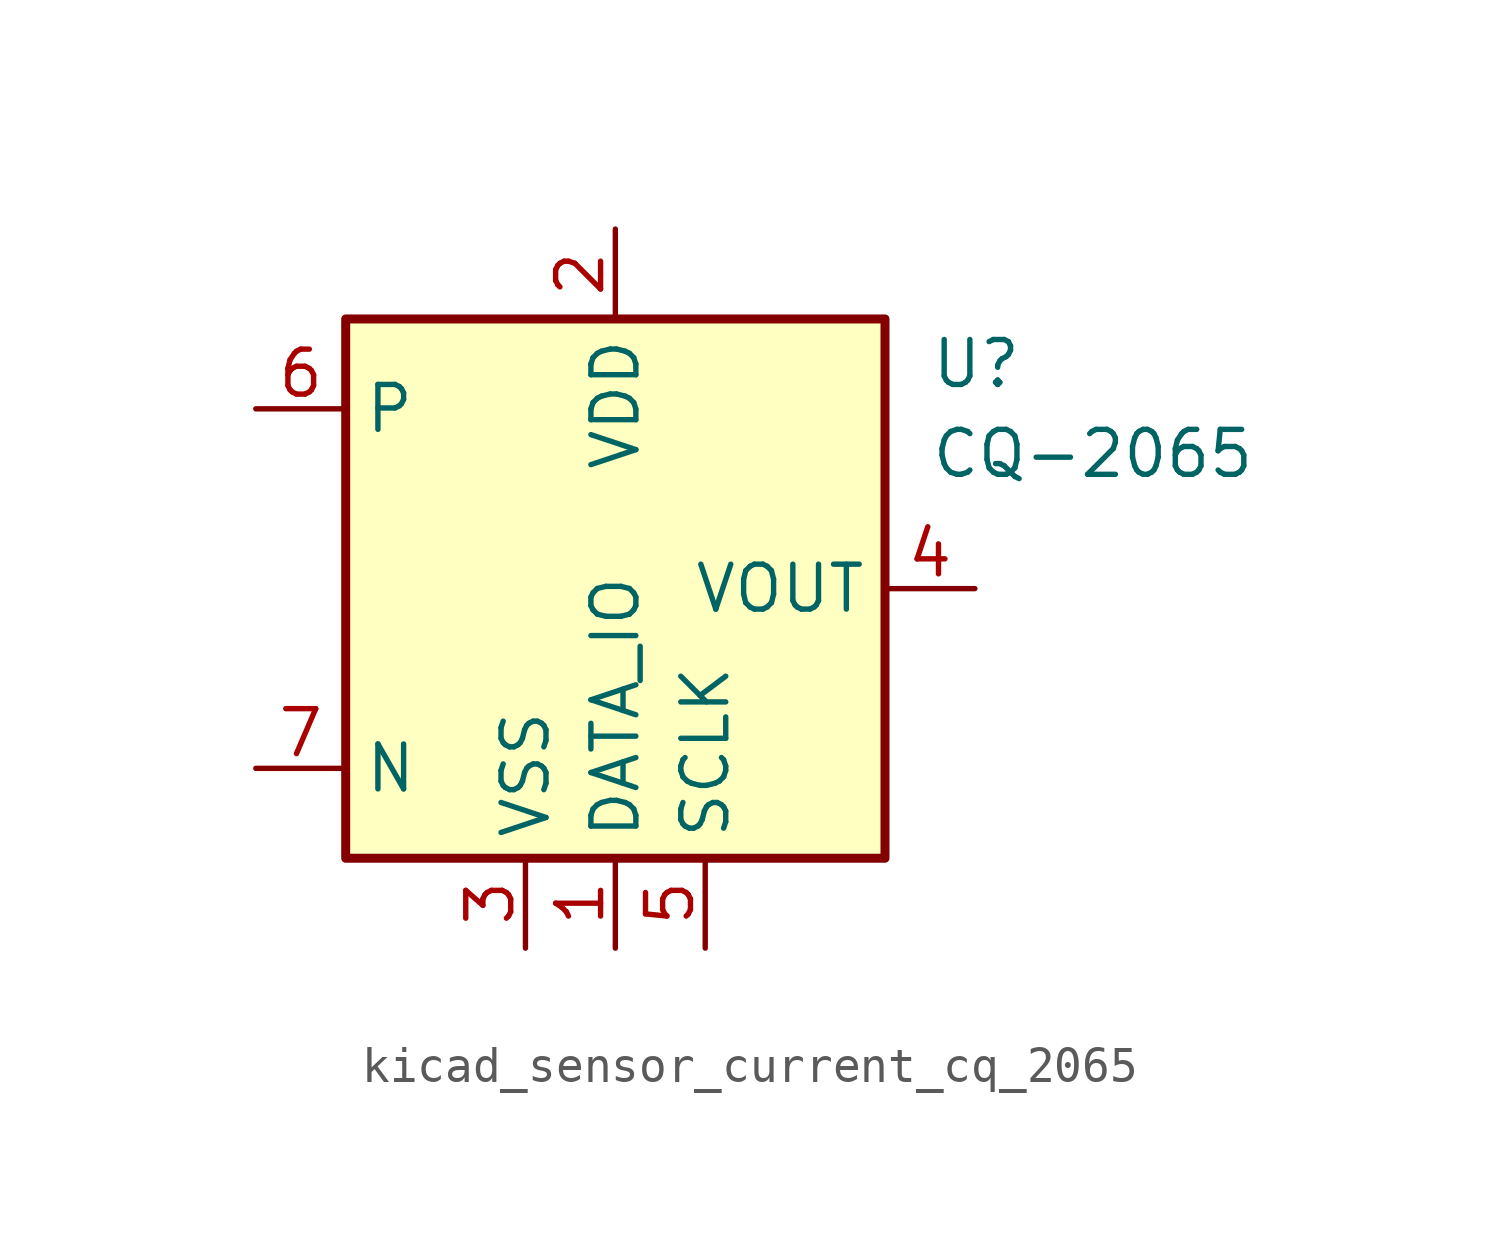
<source format=kicad_sym>
(kicad_symbol_lib
  (version 20220914)
  (generator kicad_symbol_editor)
  (symbol "kicad_sensor_current_cq_2065"
    (property "Reference" "U"
      (at 8.89 6.35 0)
      (effects (font (size 1.27 1.27)) (justify left)))
    (property "Value" "CQ-2065"
      (at 8.89 3.81 0)
      (effects (font (size 1.27 1.27)) (justify left)))
    (symbol "kicad_sensor_current_cq_2065_0_1"
      (rectangle (start -7.62 7.62) (end 7.62 -7.62) (stroke (width 0.254) (type default)) (fill (type background))))
    (symbol "kicad_sensor_current_cq_2065_1_1"
      (pin power_in line (at 0 -10.16 90) (length 2.54) (name "DATA_IO" (effects (font (size 1.27 1.27)))) (number "1" (effects (font (size 1.27 1.27)))))
      (pin power_in line (at 0 10.16 270) (length 2.54) (name "VDD" (effects (font (size 1.27 1.27)))) (number "2" (effects (font (size 1.27 1.27)))))
      (pin power_in line (at -2.54 -10.16 90) (length 2.54) (name "VSS" (effects (font (size 1.27 1.27)))) (number "3" (effects (font (size 1.27 1.27)))))
      (pin output line (at 10.16 0 180) (length 2.54) (name "VOUT" (effects (font (size 1.27 1.27)))) (number "4" (effects (font (size 1.27 1.27)))))
      (pin power_in line (at 2.54 -10.16 90) (length 2.54) (name "SCLK" (effects (font (size 1.27 1.27)))) (number "5" (effects (font (size 1.27 1.27)))))
      (pin passive line (at -10.16 5.08 0) (length 2.54) (name "P" (effects (font (size 1.27 1.27)))) (number "6" (effects (font (size 1.27 1.27)))))
      (pin passive line (at -10.16 -5.08 0) (length 2.54) (name "N" (effects (font (size 1.27 1.27)))) (number "7" (effects (font (size 1.27 1.27))))))))
</source>
